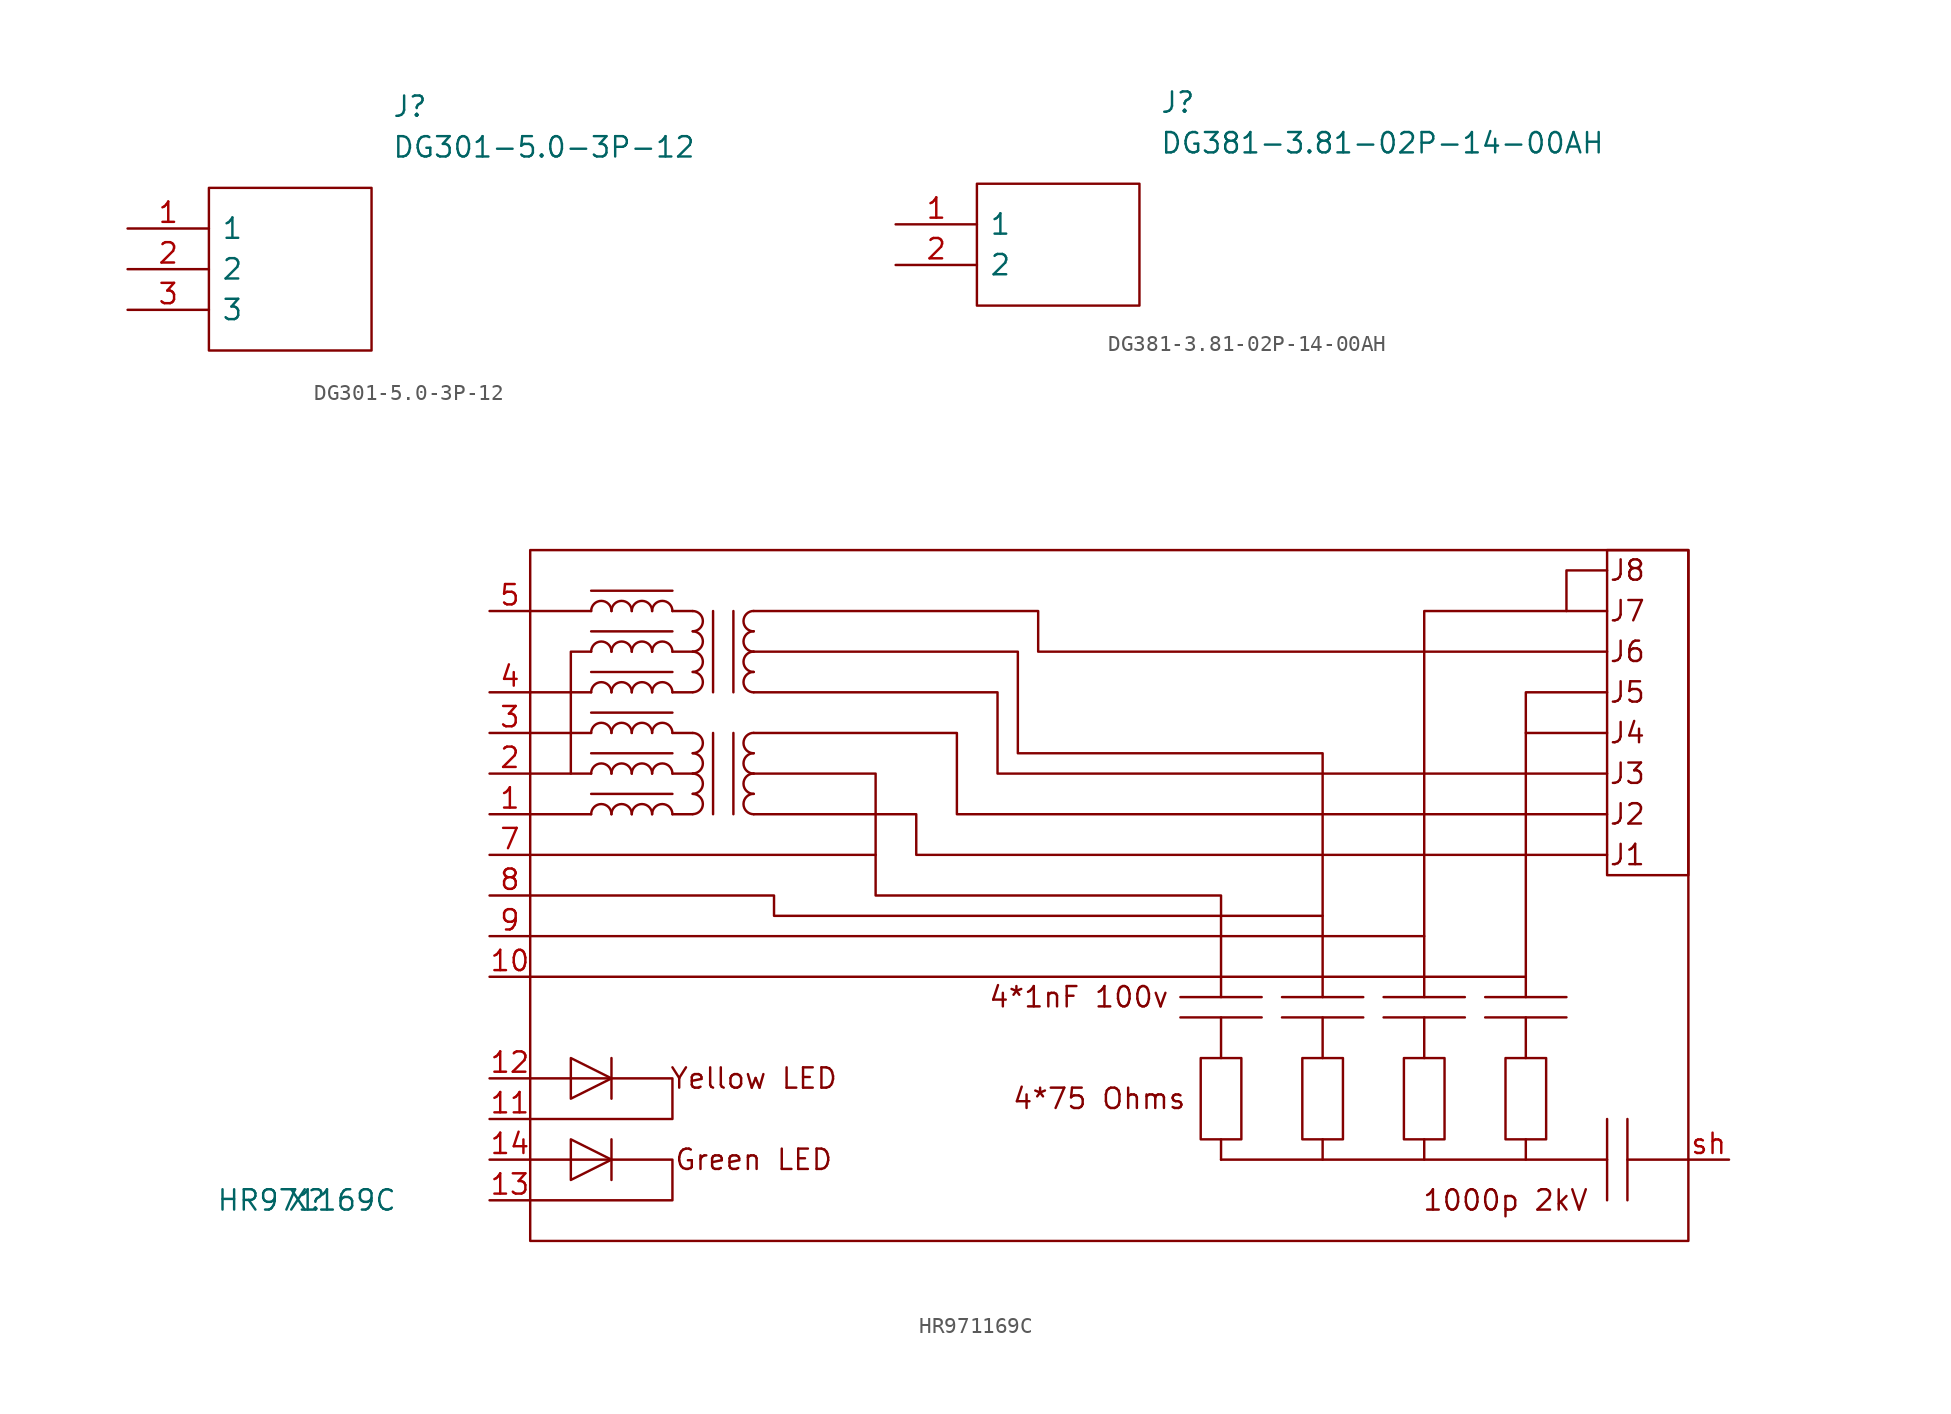
<source format=kicad_sym>
(kicad_symbol_lib
  (version 20211014)
  (generator kicad_symbol_editor)
  (symbol "DG301-5.0-3P-12"
    (pin_names
      (offset 0.762))
    (property "Reference" "J"
      (at 16.51 7.62 0)
      (effects (font (size 1.27 1.27)) (justify left)))
    (property "Value" "DG301-5.0-3P-12"
      (at 16.51 5.08 0)
      (effects (font (size 1.27 1.27)) (justify left)))
    (symbol "DG301-5.0-3P-12_0_0"
      (pin unspecified line (at 0 0 0) (length 5.08) (name "1" (effects (font (size 1.27 1.27)))) (number "1" (effects (font (size 1.27 1.27)))))
      (pin unspecified line (at 0 -2.54 0) (length 5.08) (name "2" (effects (font (size 1.27 1.27)))) (number "2" (effects (font (size 1.27 1.27)))))
      (pin unspecified line (at 0 -5.08 0) (length 5.08) (name "3" (effects (font (size 1.27 1.27)))) (number "3" (effects (font (size 1.27 1.27))))))
    (symbol "DG301-5.0-3P-12_0_1"
      (polyline (pts (xy 5.08 2.54) (xy 15.24 2.54) (xy 15.24 -7.62) (xy 5.08 -7.62) (xy 5.08 2.54)) (stroke (width 0.152) (type default) (color 0 0 0 0)) (fill (type none)))))
  (symbol "DG381-3.81-02P-14-00AH"
    (pin_names
      (offset 0.762))
    (property "Reference" "J"
      (at 16.51 7.62 0)
      (effects (font (size 1.27 1.27)) (justify left)))
    (property "Value" "DG381-3.81-02P-14-00AH"
      (at 16.51 5.08 0)
      (effects (font (size 1.27 1.27)) (justify left)))
    (symbol "DG381-3.81-02P-14-00AH_0_0"
      (pin unspecified line (at 0 0 0) (length 5.08) (name "1" (effects (font (size 1.27 1.27)))) (number "1" (effects (font (size 1.27 1.27)))))
      (pin unspecified line (at 0 -2.54 0) (length 5.08) (name "2" (effects (font (size 1.27 1.27)))) (number "2" (effects (font (size 1.27 1.27))))))
    (symbol "DG381-3.81-02P-14-00AH_0_1"
      (polyline (pts (xy 5.08 2.54) (xy 15.24 2.54) (xy 15.24 -5.08) (xy 5.08 -5.08) (xy 5.08 2.54)) (stroke (width 0.152) (type default) (color 0 0 0 0)) (fill (type none)))))
  (symbol "HR971169C"
    (pin_names
      (offset 1.016))
    (property "Reference" "X"
      (at -13.97 2.54 0)
      (effects (font (size 1.27 1.27))))
    (property "Value" "HR971169C"
      (at -13.97 2.54 0)
      (effects (font (size 1.27 1.27))))
    (symbol "HR971169C_0_0"
      (polyline (pts (xy 0 16.51) (xy 62.23 16.51)) (stroke (width 0) (type default) (color 0 0 0 0)) (fill (type none)))
      (polyline (pts (xy 0 19.05) (xy 55.88 19.05)) (stroke (width 0) (type default) (color 0 0 0 0)) (fill (type none)))
      (polyline (pts (xy 2.54 29.21) (xy 0 29.21)) (stroke (width 0) (type default) (color 0 0 0 0)) (fill (type none)))
      (polyline (pts (xy 3.81 26.67) (xy 0 26.67)) (stroke (width 0) (type default) (color 0 0 0 0)) (fill (type none)))
      (polyline (pts (xy 3.81 31.75) (xy 0 31.75)) (stroke (width 0) (type default) (color 0 0 0 0)) (fill (type none)))
      (polyline (pts (xy 3.81 34.29) (xy 0 34.29)) (stroke (width 0) (type default) (color 0 0 0 0)) (fill (type none)))
      (polyline (pts (xy 3.81 39.37) (xy 0 39.37)) (stroke (width 0) (type default) (color 0 0 0 0)) (fill (type none)))
      (polyline (pts (xy 10.16 34.29) (xy 8.89 34.29)) (stroke (width 0) (type default) (color 0 0 0 0)) (fill (type none)))
      (polyline (pts (xy 10.16 36.83) (xy 8.89 36.83)) (stroke (width 0) (type default) (color 0 0 0 0)) (fill (type none)))
      (polyline (pts (xy 10.16 39.37) (xy 8.89 39.37)) (stroke (width 0) (type default) (color 0 0 0 0)) (fill (type none)))
      (polyline (pts (xy 21.59 24.13) (xy 0 24.13)) (stroke (width 0) (type default) (color 0 0 0 0)) (fill (type none)))
      (polyline (pts (xy 43.18 5.08) (xy 67.31 5.08)) (stroke (width 0) (type default) (color 0 0 0 0)) (fill (type none)))
      (polyline (pts (xy 43.18 6.35) (xy 43.18 5.08)) (stroke (width 0) (type default) (color 0 0 0 0)) (fill (type none)))
      (polyline (pts (xy 43.18 13.97) (xy 43.18 11.43)) (stroke (width 0) (type default) (color 0 0 0 0)) (fill (type none)))
      (polyline (pts (xy 43.18 15.24) (xy 43.18 16.51)) (stroke (width 0) (type default) (color 0 0 0 0)) (fill (type none)))
      (polyline (pts (xy 67.31 7.62) (xy 67.31 2.54)) (stroke (width 0) (type default) (color 0 0 0 0)) (fill (type none)))
      (polyline (pts (xy 67.31 31.75) (xy 62.23 31.75)) (stroke (width 0) (type default) (color 0 0 0 0)) (fill (type none)))
      (polyline (pts (xy 68.58 5.08) (xy 72.39 5.08)) (stroke (width 0) (type default) (color 0 0 0 0)) (fill (type none)))
      (polyline (pts (xy 68.58 7.62) (xy 68.58 2.54)) (stroke (width 0) (type default) (color 0 0 0 0)) (fill (type none)))
      (polyline (pts (xy 62.23 16.51) (xy 62.23 34.29) (xy 67.31 34.29)) (stroke (width 0) (type default) (color 0 0 0 0)) (fill (type none)))
      (polyline (pts (xy 64.77 39.37) (xy 55.88 39.37) (xy 55.88 16.51)) (stroke (width 0) (type default) (color 0 0 0 0)) (fill (type none)))
      (polyline (pts (xy 0 21.59) (xy 15.24 21.59) (xy 15.24 20.32) (xy 49.53 20.32)) (stroke (width 0) (type default) (color 0 0 0 0)) (fill (type none)))
      (polyline (pts (xy 3.81 36.83) (xy 2.54 36.83) (xy 2.54 29.21) (xy 3.81 29.21)) (stroke (width 0) (type default) (color 0 0 0 0)) (fill (type none)))
      (polyline (pts (xy 13.97 26.67) (xy 24.13 26.67) (xy 24.13 24.13) (xy 67.31 24.13)) (stroke (width 0) (type default) (color 0 0 0 0)) (fill (type none)))
      (polyline (pts (xy 13.97 31.75) (xy 26.67 31.75) (xy 26.67 26.67) (xy 67.31 26.67)) (stroke (width 0) (type default) (color 0 0 0 0)) (fill (type none)))
      (polyline (pts (xy 13.97 34.29) (xy 29.21 34.29) (xy 29.21 29.21) (xy 67.31 29.21)) (stroke (width 0) (type default) (color 0 0 0 0)) (fill (type none)))
      (polyline (pts (xy 67.31 36.83) (xy 31.75 36.83) (xy 31.75 39.37) (xy 13.97 39.37)) (stroke (width 0) (type default) (color 0 0 0 0)) (fill (type none)))
      (polyline (pts (xy 67.31 41.91) (xy 64.77 41.91) (xy 64.77 39.37) (xy 67.31 39.37)) (stroke (width 0) (type default) (color 0 0 0 0)) (fill (type none)))
      (polyline (pts (xy 13.97 29.21) (xy 21.59 29.21) (xy 21.59 21.59) (xy 43.18 21.59) (xy 43.18 16.51)) (stroke (width 0) (type default) (color 0 0 0 0)) (fill (type none)))
      (polyline (pts (xy 13.97 36.83) (xy 30.48 36.83) (xy 30.48 30.48) (xy 49.53 30.48) (xy 49.53 16.51)) (stroke (width 0) (type default) (color 0 0 0 0)) (fill (type none)))
      (rectangle (start 40.64 13.97) (end 45.72 13.97) (stroke (width 0) (type default) (color 0 0 0 0)) (fill (type none)))
      (rectangle (start 40.64 15.24) (end 45.72 15.24) (stroke (width 0) (type default) (color 0 0 0 0)) (fill (type none)))
      (rectangle (start 41.91 11.43) (end 44.45 6.35) (stroke (width 0) (type default) (color 0 0 0 0)) (fill (type none)))
      (text "1000p 2kV" (at 60.96 2.54 0) (effects (font (size 1.27 1.27))))
      (text "4*1nF 100v" (at 34.29 15.24 0) (effects (font (size 1.27 1.27))))
      (text "4*75 Ohms" (at 35.56 8.89 0) (effects (font (size 1.27 1.27)))))
    (symbol "HR971169C_1_1"
      (polyline (pts (xy 3.81 27.94) (xy 8.89 27.94)) (stroke (width 0) (type default) (color 0 0 0 0)) (fill (type none)))
      (polyline (pts (xy 3.81 30.48) (xy 8.89 30.48)) (stroke (width 0) (type default) (color 0 0 0 0)) (fill (type none)))
      (polyline (pts (xy 3.81 33.02) (xy 8.89 33.02)) (stroke (width 0) (type default) (color 0 0 0 0)) (fill (type none)))
      (polyline (pts (xy 3.81 35.56) (xy 8.89 35.56)) (stroke (width 0) (type default) (color 0 0 0 0)) (fill (type none)))
      (polyline (pts (xy 3.81 38.1) (xy 8.89 38.1)) (stroke (width 0) (type default) (color 0 0 0 0)) (fill (type none)))
      (polyline (pts (xy 3.81 40.64) (xy 8.89 40.64)) (stroke (width 0) (type default) (color 0 0 0 0)) (fill (type none)))
      (polyline (pts (xy 5.08 6.35) (xy 5.08 3.81)) (stroke (width 0) (type default) (color 0 0 0 0)) (fill (type none)))
      (polyline (pts (xy 5.08 11.43) (xy 5.08 8.89)) (stroke (width 0) (type default) (color 0 0 0 0)) (fill (type none)))
      (polyline (pts (xy 10.16 26.67) (xy 8.89 26.67)) (stroke (width 0) (type default) (color 0 0 0 0)) (fill (type none)))
      (polyline (pts (xy 10.16 29.21) (xy 8.89 29.21)) (stroke (width 0) (type default) (color 0 0 0 0)) (fill (type none)))
      (polyline (pts (xy 10.16 31.75) (xy 8.89 31.75)) (stroke (width 0) (type default) (color 0 0 0 0)) (fill (type none)))
      (polyline (pts (xy 11.43 31.75) (xy 11.43 26.67)) (stroke (width 0) (type default) (color 0 0 0 0)) (fill (type none)))
      (polyline (pts (xy 11.43 39.37) (xy 11.43 34.29)) (stroke (width 0) (type default) (color 0 0 0 0)) (fill (type none)))
      (polyline (pts (xy 12.7 26.67) (xy 12.7 31.75)) (stroke (width 0) (type default) (color 0 0 0 0)) (fill (type none)))
      (polyline (pts (xy 12.7 34.29) (xy 12.7 39.37)) (stroke (width 0) (type default) (color 0 0 0 0)) (fill (type none)))
      (polyline (pts (xy 49.53 6.35) (xy 49.53 5.08)) (stroke (width 0) (type default) (color 0 0 0 0)) (fill (type none)))
      (polyline (pts (xy 49.53 13.97) (xy 49.53 11.43)) (stroke (width 0) (type default) (color 0 0 0 0)) (fill (type none)))
      (polyline (pts (xy 49.53 15.24) (xy 49.53 16.51)) (stroke (width 0) (type default) (color 0 0 0 0)) (fill (type none)))
      (polyline (pts (xy 55.88 6.35) (xy 55.88 5.08)) (stroke (width 0) (type default) (color 0 0 0 0)) (fill (type none)))
      (polyline (pts (xy 55.88 13.97) (xy 55.88 11.43)) (stroke (width 0) (type default) (color 0 0 0 0)) (fill (type none)))
      (polyline (pts (xy 55.88 15.24) (xy 55.88 16.51)) (stroke (width 0) (type default) (color 0 0 0 0)) (fill (type none)))
      (polyline (pts (xy 62.23 6.35) (xy 62.23 5.08)) (stroke (width 0) (type default) (color 0 0 0 0)) (fill (type none)))
      (polyline (pts (xy 62.23 13.97) (xy 62.23 11.43)) (stroke (width 0) (type default) (color 0 0 0 0)) (fill (type none)))
      (polyline (pts (xy 62.23 15.24) (xy 62.23 16.51)) (stroke (width 0) (type default) (color 0 0 0 0)) (fill (type none)))
      (polyline (pts (xy 0 2.54) (xy 8.89 2.54) (xy 8.89 5.08) (xy 0 5.08)) (stroke (width 0) (type default) (color 0 0 0 0)) (fill (type none)))
      (polyline (pts (xy 0 7.62) (xy 8.89 7.62) (xy 8.89 10.16) (xy 0 10.16)) (stroke (width 0) (type default) (color 0 0 0 0)) (fill (type none)))
      (polyline (pts (xy 2.54 6.35) (xy 2.54 3.81) (xy 5.08 5.08) (xy 2.54 6.35)) (stroke (width 0) (type default) (color 0 0 0 0)) (fill (type none)))
      (polyline (pts (xy 2.54 11.43) (xy 2.54 8.89) (xy 5.08 10.16) (xy 2.54 11.43)) (stroke (width 0) (type default) (color 0 0 0 0)) (fill (type none)))
      (rectangle (start 0 0) (end 72.39 43.18) (stroke (width 0) (type default) (color 0 0 0 0)) (fill (type none)))
      (arc (start 5.08 26.67) (mid 4.445 27.305) (end 3.81 26.67) (stroke (width 0) (type default) (color 0 0 0 0)) (fill (type none)))
      (arc (start 5.08 29.21) (mid 4.445 29.845) (end 3.81 29.21) (stroke (width 0) (type default) (color 0 0 0 0)) (fill (type none)))
      (arc (start 5.08 31.75) (mid 4.445 32.385) (end 3.81 31.75) (stroke (width 0) (type default) (color 0 0 0 0)) (fill (type none)))
      (arc (start 5.08 34.29) (mid 4.445 34.925) (end 3.81 34.29) (stroke (width 0) (type default) (color 0 0 0 0)) (fill (type none)))
      (arc (start 5.08 36.83) (mid 4.445 37.465) (end 3.81 36.83) (stroke (width 0) (type default) (color 0 0 0 0)) (fill (type none)))
      (arc (start 5.08 39.37) (mid 4.445 40.005) (end 3.81 39.37) (stroke (width 0) (type default) (color 0 0 0 0)) (fill (type none)))
      (arc (start 6.35 26.67) (mid 5.715 27.305) (end 5.08 26.67) (stroke (width 0) (type default) (color 0 0 0 0)) (fill (type none)))
      (arc (start 6.35 29.21) (mid 5.715 29.845) (end 5.08 29.21) (stroke (width 0) (type default) (color 0 0 0 0)) (fill (type none)))
      (arc (start 6.35 31.75) (mid 5.715 32.385) (end 5.08 31.75) (stroke (width 0) (type default) (color 0 0 0 0)) (fill (type none)))
      (arc (start 6.35 34.29) (mid 5.715 34.925) (end 5.08 34.29) (stroke (width 0) (type default) (color 0 0 0 0)) (fill (type none)))
      (arc (start 6.35 36.83) (mid 5.715 37.465) (end 5.08 36.83) (stroke (width 0) (type default) (color 0 0 0 0)) (fill (type none)))
      (arc (start 6.35 39.37) (mid 5.715 40.005) (end 5.08 39.37) (stroke (width 0) (type default) (color 0 0 0 0)) (fill (type none)))
      (arc (start 7.62 26.67) (mid 6.985 27.305) (end 6.35 26.67) (stroke (width 0) (type default) (color 0 0 0 0)) (fill (type none)))
      (arc (start 7.62 29.21) (mid 6.985 29.845) (end 6.35 29.21) (stroke (width 0) (type default) (color 0 0 0 0)) (fill (type none)))
      (arc (start 7.62 31.75) (mid 6.985 32.385) (end 6.35 31.75) (stroke (width 0) (type default) (color 0 0 0 0)) (fill (type none)))
      (arc (start 7.62 34.29) (mid 6.985 34.925) (end 6.35 34.29) (stroke (width 0) (type default) (color 0 0 0 0)) (fill (type none)))
      (arc (start 7.62 36.83) (mid 6.985 37.465) (end 6.35 36.83) (stroke (width 0) (type default) (color 0 0 0 0)) (fill (type none)))
      (arc (start 7.62 39.37) (mid 6.985 40.005) (end 6.35 39.37) (stroke (width 0) (type default) (color 0 0 0 0)) (fill (type none)))
      (arc (start 8.89 26.67) (mid 8.255 27.305) (end 7.62 26.67) (stroke (width 0) (type default) (color 0 0 0 0)) (fill (type none)))
      (arc (start 8.89 29.21) (mid 8.255 29.845) (end 7.62 29.21) (stroke (width 0) (type default) (color 0 0 0 0)) (fill (type none)))
      (arc (start 8.89 31.75) (mid 8.255 32.385) (end 7.62 31.75) (stroke (width 0) (type default) (color 0 0 0 0)) (fill (type none)))
      (arc (start 8.89 34.29) (mid 8.255 34.925) (end 7.62 34.29) (stroke (width 0) (type default) (color 0 0 0 0)) (fill (type none)))
      (arc (start 8.89 36.83) (mid 8.255 37.465) (end 7.62 36.83) (stroke (width 0) (type default) (color 0 0 0 0)) (fill (type none)))
      (arc (start 8.89 39.37) (mid 8.255 40.005) (end 7.62 39.37) (stroke (width 0) (type default) (color 0 0 0 0)) (fill (type none)))
      (arc (start 10.16 26.67) (mid 10.795 27.305) (end 10.16 27.94) (stroke (width 0) (type default) (color 0 0 0 0)) (fill (type none)))
      (arc (start 10.16 27.94) (mid 10.795 28.575) (end 10.16 29.21) (stroke (width 0) (type default) (color 0 0 0 0)) (fill (type none)))
      (arc (start 10.16 29.21) (mid 10.795 29.845) (end 10.16 30.48) (stroke (width 0) (type default) (color 0 0 0 0)) (fill (type none)))
      (arc (start 10.16 30.48) (mid 10.795 31.115) (end 10.16 31.75) (stroke (width 0) (type default) (color 0 0 0 0)) (fill (type none)))
      (arc (start 10.16 34.29) (mid 10.795 34.925) (end 10.16 35.56) (stroke (width 0) (type default) (color 0 0 0 0)) (fill (type none)))
      (arc (start 10.16 35.56) (mid 10.795 36.195) (end 10.16 36.83) (stroke (width 0) (type default) (color 0 0 0 0)) (fill (type none)))
      (arc (start 10.16 36.83) (mid 10.795 37.465) (end 10.16 38.1) (stroke (width 0) (type default) (color 0 0 0 0)) (fill (type none)))
      (arc (start 10.16 38.1) (mid 10.795 38.735) (end 10.16 39.37) (stroke (width 0) (type default) (color 0 0 0 0)) (fill (type none)))
      (arc (start 13.97 27.94) (mid 13.335 27.305) (end 13.97 26.67) (stroke (width 0) (type default) (color 0 0 0 0)) (fill (type none)))
      (arc (start 13.97 29.21) (mid 13.335 28.575) (end 13.97 27.94) (stroke (width 0) (type default) (color 0 0 0 0)) (fill (type none)))
      (arc (start 13.97 30.48) (mid 13.335 29.845) (end 13.97 29.21) (stroke (width 0) (type default) (color 0 0 0 0)) (fill (type none)))
      (arc (start 13.97 31.75) (mid 13.335 31.115) (end 13.97 30.48) (stroke (width 0) (type default) (color 0 0 0 0)) (fill (type none)))
      (arc (start 13.97 35.56) (mid 13.335 34.925) (end 13.97 34.29) (stroke (width 0) (type default) (color 0 0 0 0)) (fill (type none)))
      (arc (start 13.97 36.83) (mid 13.335 36.195) (end 13.97 35.56) (stroke (width 0) (type default) (color 0 0 0 0)) (fill (type none)))
      (arc (start 13.97 38.1) (mid 13.335 37.465) (end 13.97 36.83) (stroke (width 0) (type default) (color 0 0 0 0)) (fill (type none)))
      (arc (start 13.97 39.37) (mid 13.335 38.735) (end 13.97 38.1) (stroke (width 0) (type default) (color 0 0 0 0)) (fill (type none)))
      (rectangle (start 46.99 13.97) (end 52.07 13.97) (stroke (width 0) (type default) (color 0 0 0 0)) (fill (type none)))
      (rectangle (start 46.99 15.24) (end 52.07 15.24) (stroke (width 0) (type default) (color 0 0 0 0)) (fill (type none)))
      (rectangle (start 48.26 11.43) (end 50.8 6.35) (stroke (width 0) (type default) (color 0 0 0 0)) (fill (type none)))
      (rectangle (start 53.34 13.97) (end 58.42 13.97) (stroke (width 0) (type default) (color 0 0 0 0)) (fill (type none)))
      (rectangle (start 53.34 15.24) (end 58.42 15.24) (stroke (width 0) (type default) (color 0 0 0 0)) (fill (type none)))
      (rectangle (start 54.61 11.43) (end 57.15 6.35) (stroke (width 0) (type default) (color 0 0 0 0)) (fill (type none)))
      (rectangle (start 59.69 13.97) (end 64.77 13.97) (stroke (width 0) (type default) (color 0 0 0 0)) (fill (type none)))
      (rectangle (start 59.69 15.24) (end 64.77 15.24) (stroke (width 0) (type default) (color 0 0 0 0)) (fill (type none)))
      (rectangle (start 60.96 11.43) (end 63.5 6.35) (stroke (width 0) (type default) (color 0 0 0 0)) (fill (type none)))
      (rectangle (start 67.31 22.86) (end 72.39 43.18) (stroke (width 0) (type default) (color 0 0 0 0)) (fill (type none)))
      (text "Green LED" (at 13.97 5.08 0) (effects (font (size 1.27 1.27))))
      (text "J1" (at 68.58 24.13 0) (effects (font (size 1.27 1.27))))
      (text "J2" (at 68.58 26.67 0) (effects (font (size 1.27 1.27))))
      (text "J3" (at 68.58 29.21 0) (effects (font (size 1.27 1.27))))
      (text "J4" (at 68.58 31.75 0) (effects (font (size 1.27 1.27))))
      (text "J5" (at 68.58 34.29 0) (effects (font (size 1.27 1.27))))
      (text "J6" (at 68.58 36.83 0) (effects (font (size 1.27 1.27))))
      (text "J7" (at 68.58 39.37 0) (effects (font (size 1.27 1.27))))
      (text "J8" (at 68.58 41.91 0) (effects (font (size 1.27 1.27))))
      (text "Yellow LED" (at 13.97 10.16 0) (effects (font (size 1.27 1.27))))
      (pin input line (at -2.54 26.67 0) (length 2.54) (name "~" (effects (font (size 1.27 1.27)))) (number "1" (effects (font (size 1.27 1.27)))))
      (pin input line (at -2.54 16.51 0) (length 2.54) (name "~" (effects (font (size 1.27 1.27)))) (number "10" (effects (font (size 1.27 1.27)))))
      (pin input line (at -2.54 7.62 0) (length 2.54) (name "~" (effects (font (size 1.27 1.27)))) (number "11" (effects (font (size 1.27 1.27)))))
      (pin input line (at -2.54 10.16 0) (length 2.54) (name "~" (effects (font (size 1.27 1.27)))) (number "12" (effects (font (size 1.27 1.27)))))
      (pin input line (at -2.54 2.54 0) (length 2.54) (name "~" (effects (font (size 1.27 1.27)))) (number "13" (effects (font (size 1.27 1.27)))))
      (pin input line (at -2.54 5.08 0) (length 2.54) (name "~" (effects (font (size 1.27 1.27)))) (number "14" (effects (font (size 1.27 1.27)))))
      (pin input line (at -2.54 29.21 0) (length 2.54) (name "~" (effects (font (size 1.27 1.27)))) (number "2" (effects (font (size 1.27 1.27)))))
      (pin input line (at -2.54 31.75 0) (length 2.54) (name "~" (effects (font (size 1.27 1.27)))) (number "3" (effects (font (size 1.27 1.27)))))
      (pin input line (at -2.54 34.29 0) (length 2.54) (name "~" (effects (font (size 1.27 1.27)))) (number "4" (effects (font (size 1.27 1.27)))))
      (pin input line (at -2.54 39.37 0) (length 2.54) (name "~" (effects (font (size 1.27 1.27)))) (number "5" (effects (font (size 1.27 1.27)))))
      (pin input line (at -2.54 24.13 0) (length 2.54) (name "~" (effects (font (size 1.27 1.27)))) (number "7" (effects (font (size 1.27 1.27)))))
      (pin input line (at -2.54 21.59 0) (length 2.54) (name "~" (effects (font (size 1.27 1.27)))) (number "8" (effects (font (size 1.27 1.27)))))
      (pin input line (at -2.54 19.05 0) (length 2.54) (name "~" (effects (font (size 1.27 1.27)))) (number "9" (effects (font (size 1.27 1.27)))))
      (pin input line (at 74.93 5.08 180) (length 2.54) (name "~" (effects (font (size 1.27 1.27)))) (number "sh" (effects (font (size 1.27 1.27))))))))
</source>
